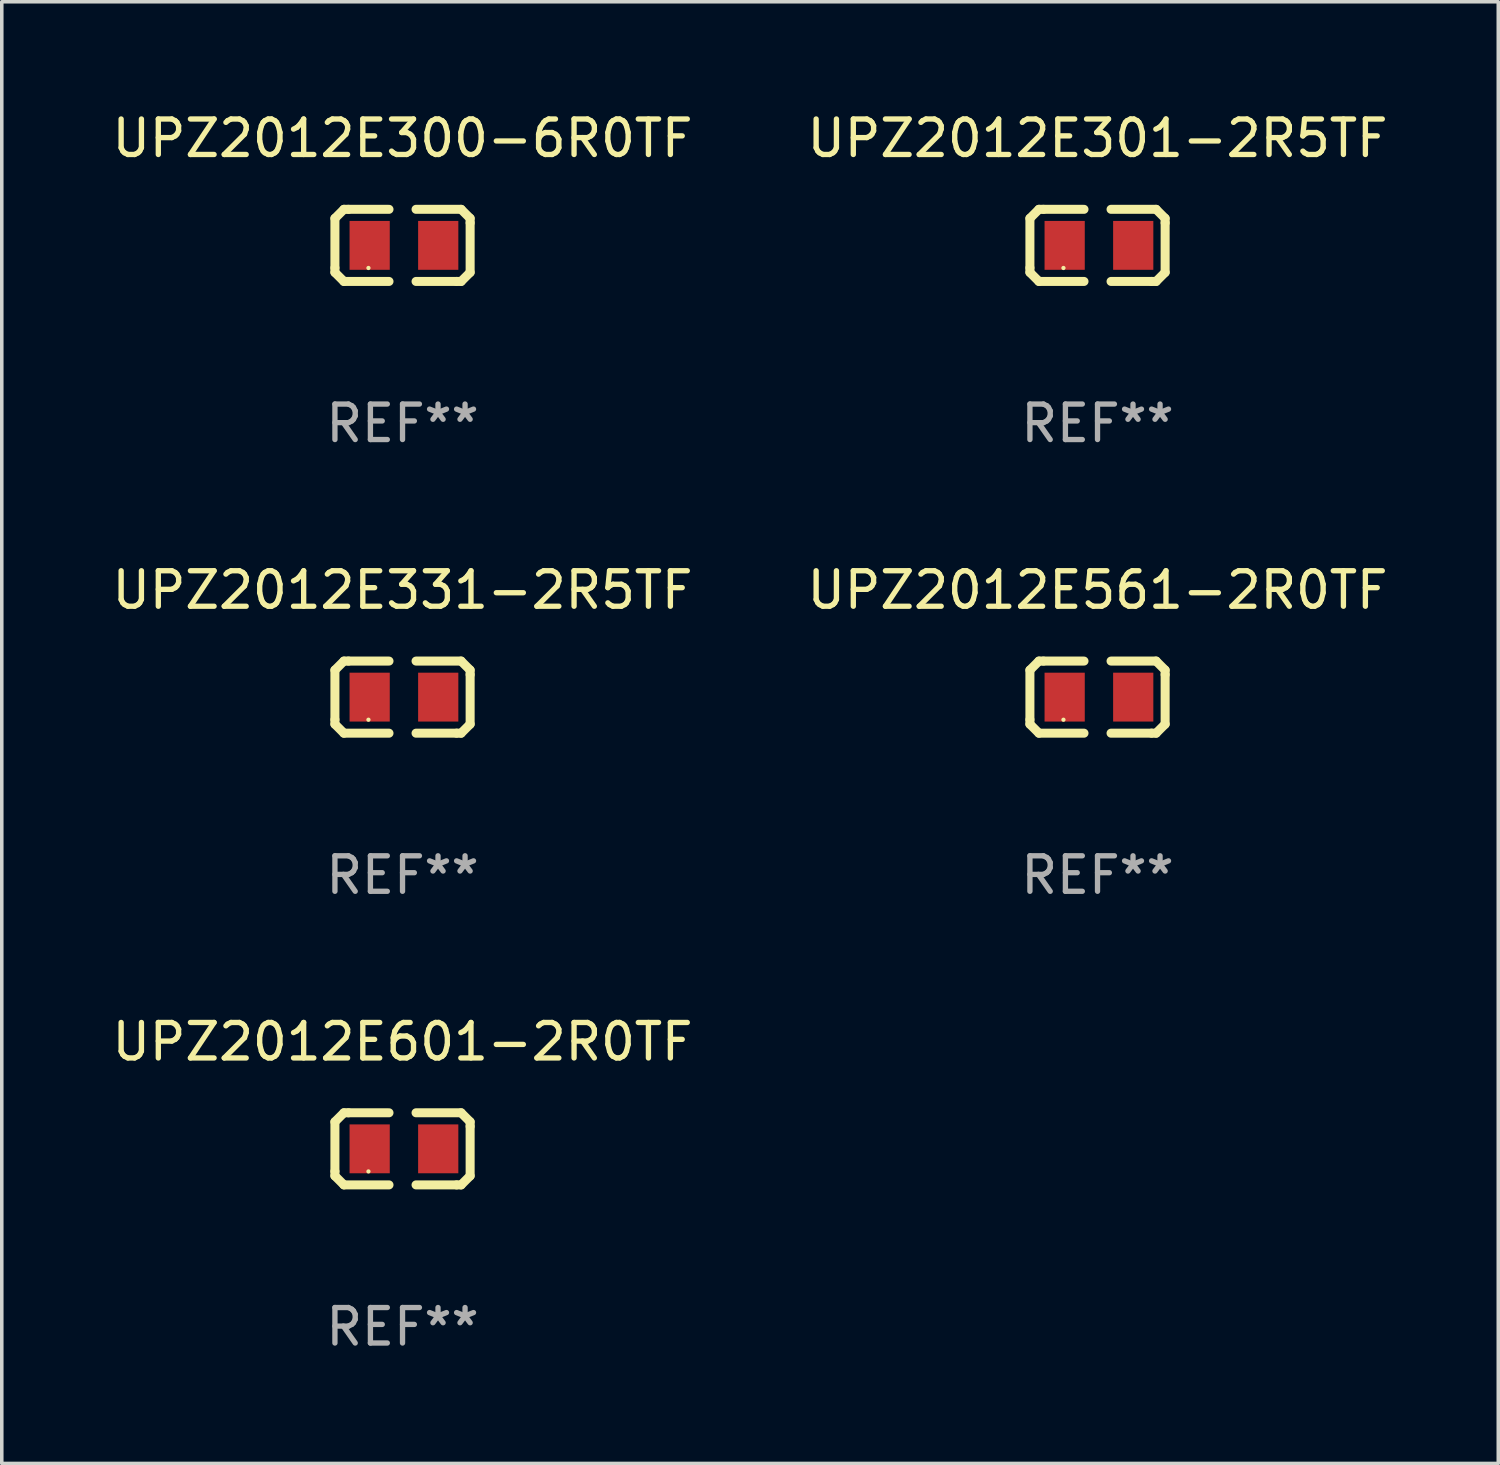
<source format=kicad_pcb>
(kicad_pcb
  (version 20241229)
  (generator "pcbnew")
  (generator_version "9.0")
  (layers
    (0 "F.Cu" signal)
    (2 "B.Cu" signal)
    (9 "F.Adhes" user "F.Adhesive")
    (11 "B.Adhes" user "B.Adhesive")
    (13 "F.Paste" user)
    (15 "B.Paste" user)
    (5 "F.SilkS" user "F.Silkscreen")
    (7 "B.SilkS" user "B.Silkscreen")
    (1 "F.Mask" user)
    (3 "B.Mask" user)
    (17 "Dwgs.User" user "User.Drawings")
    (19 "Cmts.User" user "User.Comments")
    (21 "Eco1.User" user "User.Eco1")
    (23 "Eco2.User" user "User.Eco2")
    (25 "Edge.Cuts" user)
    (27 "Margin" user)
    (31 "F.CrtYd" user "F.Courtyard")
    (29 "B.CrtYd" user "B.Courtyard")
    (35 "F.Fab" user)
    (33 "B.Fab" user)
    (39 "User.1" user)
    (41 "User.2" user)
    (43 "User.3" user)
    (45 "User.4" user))
  (footprint "UPZ2012E601-2R0TF"
    (layer "F.Cu")
    (at 8.292 29.321)
    (property "Reference" "UPZ2012E601-2R0TF" (at 0 -3.016 0) (layer "F.SilkS") (effects (font (size 1 1) (thickness 0.15))))
    (attr through_hole)
    (fp_line (start -1.905 -0.762) (end -1.905 0.635) (stroke (width 0.254) (type solid)) (layer "F.SilkS"))
    (fp_line (start -1.905 0.635) (end -1.905 0.762) (stroke (width 0.254) (type solid)) (layer "F.SilkS"))
    (fp_line (start -1.905 0.762) (end -1.651 1.016) (stroke (width 0.254) (type solid)) (layer "F.SilkS"))
    (fp_line (start -1.651 -1.016) (end -1.905 -0.762) (stroke (width 0.254) (type solid)) (layer "F.SilkS"))
    (fp_line (start -1.651 1.016) (end -0.381 1.016) (stroke (width 0.254) (type solid)) (layer "F.SilkS"))
    (fp_line (start -1.524 -1.016) (end -1.651 -1.016) (stroke (width 0.254) (type solid)) (layer "F.SilkS"))
    (fp_line (start -0.381 -1.016) (end -1.524 -1.016) (stroke (width 0.254) (type solid)) (layer "F.SilkS"))
    (fp_line (start 0.381 1.016) (end 1.524 1.016) (stroke (width 0.254) (type solid)) (layer "F.SilkS"))
    (fp_line (start 1.524 1.016) (end 1.651 1.016) (stroke (width 0.254) (type solid)) (layer "F.SilkS"))
    (fp_line (start 1.651 -1.016) (end 0.381 -1.016) (stroke (width 0.254) (type solid)) (layer "F.SilkS"))
    (fp_line (start 1.651 1.016) (end 1.905 0.762) (stroke (width 0.254) (type solid)) (layer "F.SilkS"))
    (fp_line (start 1.905 -0.762) (end 1.651 -1.016) (stroke (width 0.254) (type solid)) (layer "F.SilkS"))
    (fp_line (start 1.905 -0.635) (end 1.905 -0.762) (stroke (width 0.254) (type solid)) (layer "F.SilkS"))
    (fp_line (start 1.905 0.762) (end 1.905 -0.635) (stroke (width 0.254) (type solid)) (layer "F.SilkS"))
    (fp_circle (center -0.96 0.637) (end -0.93 0.637) (stroke (width 0.06) (type solid)) (fill no) (layer "F.SilkS"))
    (fp_text user "REF**" (at 0 5.016 0) (layer "F.Fab") (effects (font (size 1 1) (thickness 0.15))))
    (pad "1" smd rect (at -0.926 -0.000051) (size 1.133 1.377) (layers "F.Cu" "F.Mask" "F.Paste"))
    (pad "2" smd rect (at 1.006 -0.000051) (size 1.133 1.377) (layers "F.Cu" "F.Mask" "F.Paste")))
  (footprint "UPZ2012E331-2R5TF"
    (layer "F.Cu")
    (at 8.292 16.593)
    (property "Reference" "UPZ2012E331-2R5TF" (at 0 -3.016 0) (layer "F.SilkS") (effects (font (size 1 1) (thickness 0.15))))
    (attr through_hole)
    (fp_line (start -1.905 -0.762) (end -1.905 0.635) (stroke (width 0.254) (type solid)) (layer "F.SilkS"))
    (fp_line (start -1.905 0.635) (end -1.905 0.762) (stroke (width 0.254) (type solid)) (layer "F.SilkS"))
    (fp_line (start -1.905 0.762) (end -1.651 1.016) (stroke (width 0.254) (type solid)) (layer "F.SilkS"))
    (fp_line (start -1.651 -1.016) (end -1.905 -0.762) (stroke (width 0.254) (type solid)) (layer "F.SilkS"))
    (fp_line (start -1.651 1.016) (end -0.381 1.016) (stroke (width 0.254) (type solid)) (layer "F.SilkS"))
    (fp_line (start -1.524 -1.016) (end -1.651 -1.016) (stroke (width 0.254) (type solid)) (layer "F.SilkS"))
    (fp_line (start -0.381 -1.016) (end -1.524 -1.016) (stroke (width 0.254) (type solid)) (layer "F.SilkS"))
    (fp_line (start 0.381 1.016) (end 1.524 1.016) (stroke (width 0.254) (type solid)) (layer "F.SilkS"))
    (fp_line (start 1.524 1.016) (end 1.651 1.016) (stroke (width 0.254) (type solid)) (layer "F.SilkS"))
    (fp_line (start 1.651 -1.016) (end 0.381 -1.016) (stroke (width 0.254) (type solid)) (layer "F.SilkS"))
    (fp_line (start 1.651 1.016) (end 1.905 0.762) (stroke (width 0.254) (type solid)) (layer "F.SilkS"))
    (fp_line (start 1.905 -0.762) (end 1.651 -1.016) (stroke (width 0.254) (type solid)) (layer "F.SilkS"))
    (fp_line (start 1.905 -0.635) (end 1.905 -0.762) (stroke (width 0.254) (type solid)) (layer "F.SilkS"))
    (fp_line (start 1.905 0.762) (end 1.905 -0.635) (stroke (width 0.254) (type solid)) (layer "F.SilkS"))
    (fp_circle (center -0.96 0.637) (end -0.93 0.637) (stroke (width 0.06) (type solid)) (fill no) (layer "F.SilkS"))
    (fp_text user "REF**" (at 0 5.016 0) (layer "F.Fab") (effects (font (size 1 1) (thickness 0.15))))
    (pad "1" smd rect (at -0.926 -0.000051) (size 1.133 1.377) (layers "F.Cu" "F.Mask" "F.Paste"))
    (pad "2" smd rect (at 1.006 -0.000051) (size 1.133 1.377) (layers "F.Cu" "F.Mask" "F.Paste")))
  (footprint "UPZ2012E300-6R0TF"
    (layer "F.Cu")
    (at 8.292 3.864)
    (property "Reference" "UPZ2012E300-6R0TF" (at 0 -3.016 0) (layer "F.SilkS") (effects (font (size 1 1) (thickness 0.15))))
    (attr through_hole)
    (fp_line (start -1.905 -0.762) (end -1.905 0.635) (stroke (width 0.254) (type solid)) (layer "F.SilkS"))
    (fp_line (start -1.905 0.635) (end -1.905 0.762) (stroke (width 0.254) (type solid)) (layer "F.SilkS"))
    (fp_line (start -1.905 0.762) (end -1.651 1.016) (stroke (width 0.254) (type solid)) (layer "F.SilkS"))
    (fp_line (start -1.651 -1.016) (end -1.905 -0.762) (stroke (width 0.254) (type solid)) (layer "F.SilkS"))
    (fp_line (start -1.651 1.016) (end -0.381 1.016) (stroke (width 0.254) (type solid)) (layer "F.SilkS"))
    (fp_line (start -1.524 -1.016) (end -1.651 -1.016) (stroke (width 0.254) (type solid)) (layer "F.SilkS"))
    (fp_line (start -0.381 -1.016) (end -1.524 -1.016) (stroke (width 0.254) (type solid)) (layer "F.SilkS"))
    (fp_line (start 0.381 1.016) (end 1.524 1.016) (stroke (width 0.254) (type solid)) (layer "F.SilkS"))
    (fp_line (start 1.524 1.016) (end 1.651 1.016) (stroke (width 0.254) (type solid)) (layer "F.SilkS"))
    (fp_line (start 1.651 -1.016) (end 0.381 -1.016) (stroke (width 0.254) (type solid)) (layer "F.SilkS"))
    (fp_line (start 1.651 1.016) (end 1.905 0.762) (stroke (width 0.254) (type solid)) (layer "F.SilkS"))
    (fp_line (start 1.905 -0.762) (end 1.651 -1.016) (stroke (width 0.254) (type solid)) (layer "F.SilkS"))
    (fp_line (start 1.905 -0.635) (end 1.905 -0.762) (stroke (width 0.254) (type solid)) (layer "F.SilkS"))
    (fp_line (start 1.905 0.762) (end 1.905 -0.635) (stroke (width 0.254) (type solid)) (layer "F.SilkS"))
    (fp_circle (center -0.96 0.637) (end -0.93 0.637) (stroke (width 0.06) (type solid)) (fill no) (layer "F.SilkS"))
    (fp_text user "REF**" (at 0 5.016 0) (layer "F.Fab") (effects (font (size 1 1) (thickness 0.15))))
    (pad "1" smd rect (at -0.926 -0.000051) (size 1.133 1.377) (layers "F.Cu" "F.Mask" "F.Paste"))
    (pad "2" smd rect (at 1.006 -0.000051) (size 1.133 1.377) (layers "F.Cu" "F.Mask" "F.Paste")))
  (footprint "UPZ2012E301-2R5TF"
    (layer "F.Cu")
    (at 27.875 3.864)
    (property "Reference" "UPZ2012E301-2R5TF" (at 0 -3.016 0) (layer "F.SilkS") (effects (font (size 1 1) (thickness 0.15))))
    (attr through_hole)
    (fp_line (start -1.905 -0.762) (end -1.905 0.635) (stroke (width 0.254) (type solid)) (layer "F.SilkS"))
    (fp_line (start -1.905 0.635) (end -1.905 0.762) (stroke (width 0.254) (type solid)) (layer "F.SilkS"))
    (fp_line (start -1.905 0.762) (end -1.651 1.016) (stroke (width 0.254) (type solid)) (layer "F.SilkS"))
    (fp_line (start -1.651 -1.016) (end -1.905 -0.762) (stroke (width 0.254) (type solid)) (layer "F.SilkS"))
    (fp_line (start -1.651 1.016) (end -0.381 1.016) (stroke (width 0.254) (type solid)) (layer "F.SilkS"))
    (fp_line (start -1.524 -1.016) (end -1.651 -1.016) (stroke (width 0.254) (type solid)) (layer "F.SilkS"))
    (fp_line (start -0.381 -1.016) (end -1.524 -1.016) (stroke (width 0.254) (type solid)) (layer "F.SilkS"))
    (fp_line (start 0.381 1.016) (end 1.524 1.016) (stroke (width 0.254) (type solid)) (layer "F.SilkS"))
    (fp_line (start 1.524 1.016) (end 1.651 1.016) (stroke (width 0.254) (type solid)) (layer "F.SilkS"))
    (fp_line (start 1.651 -1.016) (end 0.381 -1.016) (stroke (width 0.254) (type solid)) (layer "F.SilkS"))
    (fp_line (start 1.651 1.016) (end 1.905 0.762) (stroke (width 0.254) (type solid)) (layer "F.SilkS"))
    (fp_line (start 1.905 -0.762) (end 1.651 -1.016) (stroke (width 0.254) (type solid)) (layer "F.SilkS"))
    (fp_line (start 1.905 -0.635) (end 1.905 -0.762) (stroke (width 0.254) (type solid)) (layer "F.SilkS"))
    (fp_line (start 1.905 0.762) (end 1.905 -0.635) (stroke (width 0.254) (type solid)) (layer "F.SilkS"))
    (fp_circle (center -0.96 0.637) (end -0.93 0.637) (stroke (width 0.06) (type solid)) (fill no) (layer "F.SilkS"))
    (fp_text user "REF**" (at 0 5.016 0) (layer "F.Fab") (effects (font (size 1 1) (thickness 0.15))))
    (pad "1" smd rect (at -0.926 -0.000051) (size 1.133 1.377) (layers "F.Cu" "F.Mask" "F.Paste"))
    (pad "2" smd rect (at 1.006 -0.000051) (size 1.133 1.377) (layers "F.Cu" "F.Mask" "F.Paste")))
  (footprint "UPZ2012E561-2R0TF"
    (layer "F.Cu")
    (at 27.875 16.593)
    (property "Reference" "UPZ2012E561-2R0TF" (at 0 -3.016 0) (layer "F.SilkS") (effects (font (size 1 1) (thickness 0.15))))
    (attr through_hole)
    (fp_line (start -1.905 -0.762) (end -1.905 0.635) (stroke (width 0.254) (type solid)) (layer "F.SilkS"))
    (fp_line (start -1.905 0.635) (end -1.905 0.762) (stroke (width 0.254) (type solid)) (layer "F.SilkS"))
    (fp_line (start -1.905 0.762) (end -1.651 1.016) (stroke (width 0.254) (type solid)) (layer "F.SilkS"))
    (fp_line (start -1.651 -1.016) (end -1.905 -0.762) (stroke (width 0.254) (type solid)) (layer "F.SilkS"))
    (fp_line (start -1.651 1.016) (end -0.381 1.016) (stroke (width 0.254) (type solid)) (layer "F.SilkS"))
    (fp_line (start -1.524 -1.016) (end -1.651 -1.016) (stroke (width 0.254) (type solid)) (layer "F.SilkS"))
    (fp_line (start -0.381 -1.016) (end -1.524 -1.016) (stroke (width 0.254) (type solid)) (layer "F.SilkS"))
    (fp_line (start 0.381 1.016) (end 1.524 1.016) (stroke (width 0.254) (type solid)) (layer "F.SilkS"))
    (fp_line (start 1.524 1.016) (end 1.651 1.016) (stroke (width 0.254) (type solid)) (layer "F.SilkS"))
    (fp_line (start 1.651 -1.016) (end 0.381 -1.016) (stroke (width 0.254) (type solid)) (layer "F.SilkS"))
    (fp_line (start 1.651 1.016) (end 1.905 0.762) (stroke (width 0.254) (type solid)) (layer "F.SilkS"))
    (fp_line (start 1.905 -0.762) (end 1.651 -1.016) (stroke (width 0.254) (type solid)) (layer "F.SilkS"))
    (fp_line (start 1.905 -0.635) (end 1.905 -0.762) (stroke (width 0.254) (type solid)) (layer "F.SilkS"))
    (fp_line (start 1.905 0.762) (end 1.905 -0.635) (stroke (width 0.254) (type solid)) (layer "F.SilkS"))
    (fp_circle (center -0.96 0.637) (end -0.93 0.637) (stroke (width 0.06) (type solid)) (fill no) (layer "F.SilkS"))
    (fp_text user "REF**" (at 0 5.016 0) (layer "F.Fab") (effects (font (size 1 1) (thickness 0.15))))
    (pad "1" smd rect (at -0.926 -0.000051) (size 1.133 1.377) (layers "F.Cu" "F.Mask" "F.Paste"))
    (pad "2" smd rect (at 1.006 -0.000051) (size 1.133 1.377) (layers "F.Cu" "F.Mask" "F.Paste")))
  (gr_rect
    (start -3 -3)
    (end 39.167 38.186)
    (stroke (width 0.1) (type default))
    (fill no)
    (layer "Edge.Cuts")))
</source>
